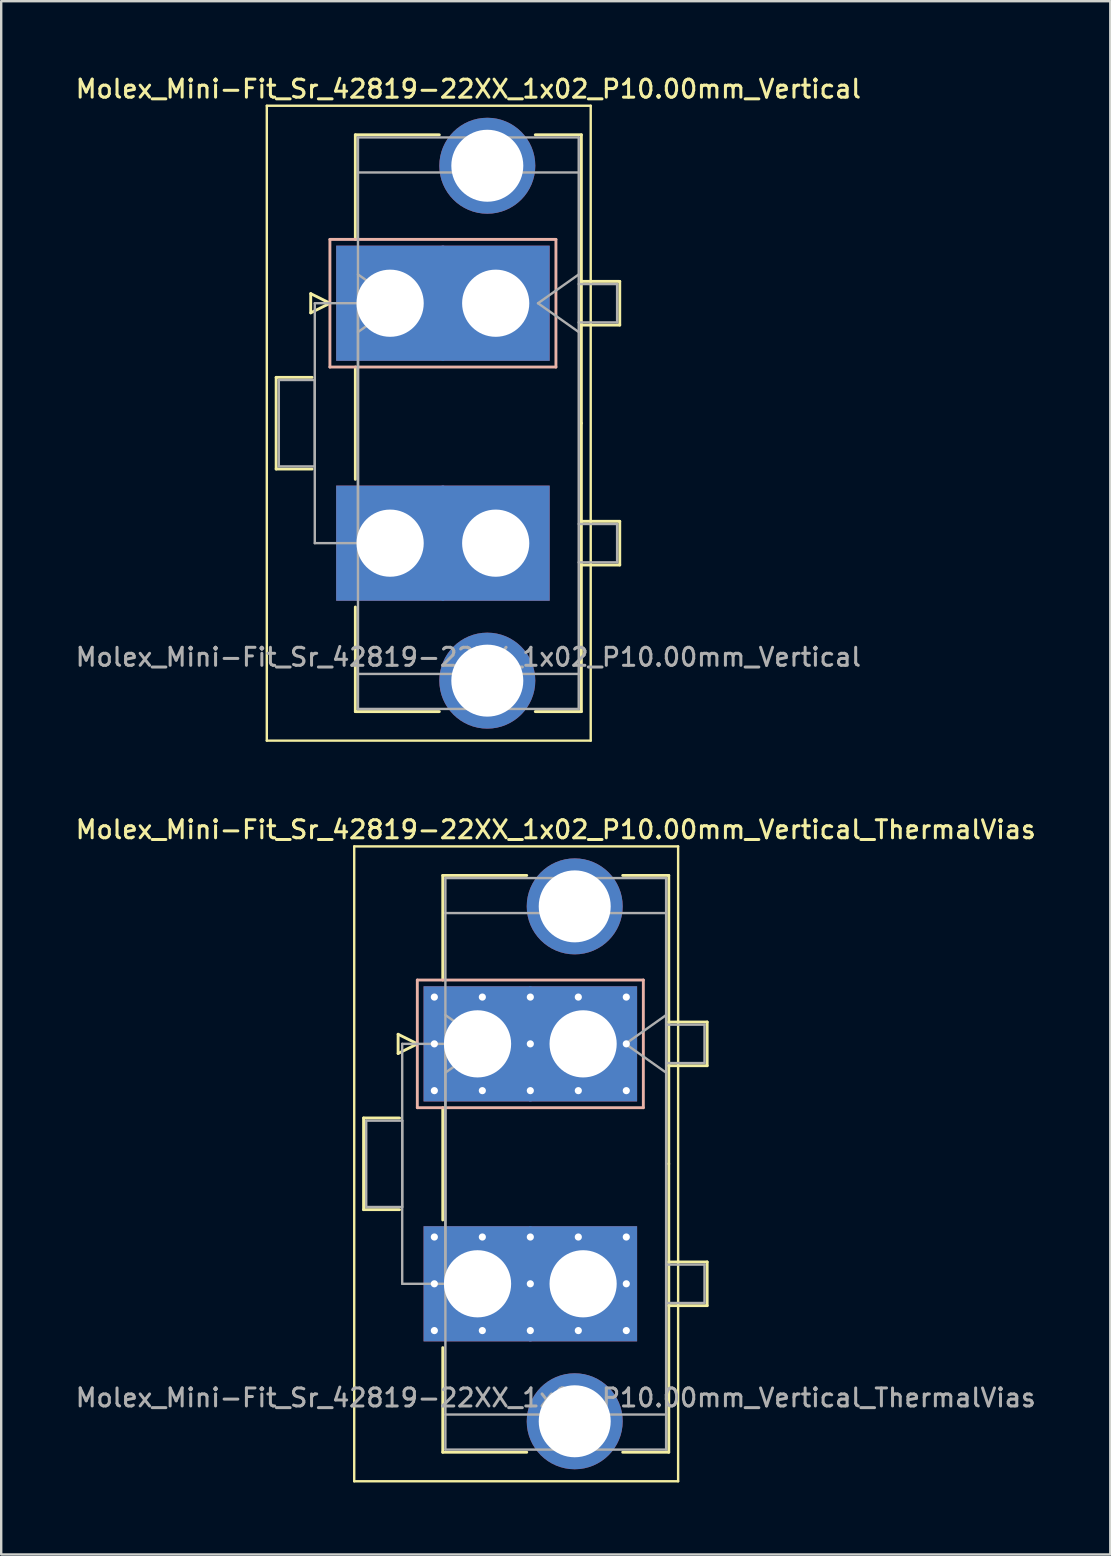
<source format=kicad_pcb>
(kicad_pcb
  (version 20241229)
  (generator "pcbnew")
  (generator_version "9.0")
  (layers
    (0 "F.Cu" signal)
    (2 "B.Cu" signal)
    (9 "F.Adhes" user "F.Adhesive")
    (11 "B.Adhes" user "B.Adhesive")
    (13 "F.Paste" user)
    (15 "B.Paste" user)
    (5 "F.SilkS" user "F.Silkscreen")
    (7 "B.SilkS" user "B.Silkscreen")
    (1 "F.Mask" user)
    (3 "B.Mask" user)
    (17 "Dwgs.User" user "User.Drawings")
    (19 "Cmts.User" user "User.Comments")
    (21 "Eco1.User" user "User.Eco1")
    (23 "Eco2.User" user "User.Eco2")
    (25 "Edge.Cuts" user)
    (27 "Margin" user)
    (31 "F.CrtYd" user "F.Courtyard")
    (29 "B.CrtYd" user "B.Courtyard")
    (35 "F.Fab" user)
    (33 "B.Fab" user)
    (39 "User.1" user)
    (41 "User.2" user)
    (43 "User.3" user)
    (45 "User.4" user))
  (footprint "Molex_Mini-Fit_Sr_42819-22XX_1x02_P10.00mm_Vertical_ThermalVias"
    (layer "F.Cu")
    (at 16.853 40.456)
    (property "Reference" "Molex_Mini-Fit_Sr_42819-22XX_1x02_P10.00mm_Vertical_ThermalVias" (at 3.26 -8.93 0) (layer "F.SilkS") (effects (font (size 0.75 0.75) (thickness 0.125))))
    (attr through_hole)
    (fp_line (start -5.14 -8.23) (end -5.14 18.23) (stroke (width 0.1) (type solid)) (layer "F.SilkS"))
    (fp_line (start -5.14 18.23) (end 8.36 18.23) (stroke (width 0.1) (type solid)) (layer "F.SilkS"))
    (fp_line (start -4.75 3.09) (end -4.75 6.91) (stroke (width 0.12) (type solid)) (layer "F.SilkS"))
    (fp_line (start -4.75 6.91) (end -3.25 6.91) (stroke (width 0.12) (type solid)) (layer "F.SilkS"))
    (fp_line (start -3.31 -0.4) (end -3.31 0.4) (stroke (width 0.12) (type solid)) (layer "F.SilkS"))
    (fp_line (start -3.31 0.4) (end -2.51 0) (stroke (width 0.12) (type solid)) (layer "F.SilkS"))
    (fp_line (start -3.25 3.09) (end -4.75 3.09) (stroke (width 0.12) (type solid)) (layer "F.SilkS"))
    (fp_line (start -2.51 0) (end -3.31 -0.4) (stroke (width 0.12) (type solid)) (layer "F.SilkS"))
    (fp_line (start -1.45 -7.02) (end 2.05 -7.02) (stroke (width 0.12) (type solid)) (layer "F.SilkS"))
    (fp_line (start -1.45 -2.66) (end -1.45 -7.02) (stroke (width 0.12) (type solid)) (layer "F.SilkS"))
    (fp_line (start -1.45 2.66) (end -1.45 7.34) (stroke (width 0.12) (type solid)) (layer "F.SilkS"))
    (fp_line (start -1.45 12.66) (end -1.45 17.02) (stroke (width 0.12) (type solid)) (layer "F.SilkS"))
    (fp_line (start -1.45 17.02) (end 2.05 17.02) (stroke (width 0.12) (type solid)) (layer "F.SilkS"))
    (fp_line (start 6.05 -7.02) (end 7.97 -7.02) (stroke (width 0.12) (type solid)) (layer "F.SilkS"))
    (fp_line (start 6.05 17.02) (end 7.97 17.02) (stroke (width 0.12) (type solid)) (layer "F.SilkS"))
    (fp_line (start 7.97 -7.02) (end 7.97 5) (stroke (width 0.12) (type solid)) (layer "F.SilkS"))
    (fp_line (start 7.97 -0.91) (end 9.57 -0.91) (stroke (width 0.12) (type solid)) (layer "F.SilkS"))
    (fp_line (start 7.97 9.09) (end 9.57 9.09) (stroke (width 0.12) (type solid)) (layer "F.SilkS"))
    (fp_line (start 7.97 17.02) (end 7.97 5) (stroke (width 0.12) (type solid)) (layer "F.SilkS"))
    (fp_line (start 8.36 -8.23) (end -5.14 -8.23) (stroke (width 0.1) (type solid)) (layer "F.SilkS"))
    (fp_line (start 8.36 18.23) (end 8.36 -8.23) (stroke (width 0.1) (type solid)) (layer "F.SilkS"))
    (fp_line (start 9.57 -0.91) (end 9.57 0.91) (stroke (width 0.12) (type solid)) (layer "F.SilkS"))
    (fp_line (start 9.57 0.91) (end 7.97 0.91) (stroke (width 0.12) (type solid)) (layer "F.SilkS"))
    (fp_line (start 9.57 9.09) (end 9.57 10.91) (stroke (width 0.12) (type solid)) (layer "F.SilkS"))
    (fp_line (start 9.57 10.91) (end 7.97 10.91) (stroke (width 0.12) (type solid)) (layer "F.SilkS"))
    (fp_line (start -2.51 -2.66) (end -2.51 2.66) (stroke (width 0.12) (type solid)) (layer "B.SilkS"))
    (fp_line (start -2.51 2.66) (end 6.91 2.66) (stroke (width 0.12) (type solid)) (layer "B.SilkS"))
    (fp_line (start 6.91 -2.66) (end -2.51 -2.66) (stroke (width 0.12) (type solid)) (layer "B.SilkS"))
    (fp_line (start 6.91 2.66) (end 6.91 -2.66) (stroke (width 0.12) (type solid)) (layer "B.SilkS"))
    (fp_line (start -4.64 3.2) (end -3.14 3.2) (stroke (width 0.1) (type solid)) (layer "F.Fab"))
    (fp_line (start -4.64 6.8) (end -4.64 3.2) (stroke (width 0.1) (type solid)) (layer "F.Fab"))
    (fp_line (start -3.14 0) (end -1.34 0) (stroke (width 0.1) (type solid)) (layer "F.Fab"))
    (fp_line (start -3.14 3.2) (end -3.14 6.8) (stroke (width 0.1) (type solid)) (layer "F.Fab"))
    (fp_line (start -3.14 6.8) (end -4.64 6.8) (stroke (width 0.1) (type solid)) (layer "F.Fab"))
    (fp_line (start -3.14 10) (end -3.14 0) (stroke (width 0.1) (type solid)) (layer "F.Fab"))
    (fp_line (start -1.34 -6.91) (end -1.34 16.91) (stroke (width 0.1) (type solid)) (layer "F.Fab"))
    (fp_line (start -1.34 -5.45) (end 7.86 -5.45) (stroke (width 0.1) (type solid)) (layer "F.Fab"))
    (fp_line (start -1.34 -1.2) (end 0.357 0) (stroke (width 0.1) (type solid)) (layer "F.Fab"))
    (fp_line (start -1.34 0) (end -1.34 10) (stroke (width 0.1) (type solid)) (layer "F.Fab"))
    (fp_line (start -1.34 10) (end -3.14 10) (stroke (width 0.1) (type solid)) (layer "F.Fab"))
    (fp_line (start -1.34 15.45) (end 7.86 15.45) (stroke (width 0.1) (type solid)) (layer "F.Fab"))
    (fp_line (start -1.34 16.91) (end 7.86 16.91) (stroke (width 0.1) (type solid)) (layer "F.Fab"))
    (fp_line (start 0.357 0) (end -1.34 1.2) (stroke (width 0.1) (type solid)) (layer "F.Fab"))
    (fp_line (start 6.163 0) (end 7.86 1.2) (stroke (width 0.1) (type solid)) (layer "F.Fab"))
    (fp_line (start 7.86 -6.91) (end -1.34 -6.91) (stroke (width 0.1) (type solid)) (layer "F.Fab"))
    (fp_line (start 7.86 -1.2) (end 6.163 0) (stroke (width 0.1) (type solid)) (layer "F.Fab"))
    (fp_line (start 7.86 -0.8) (end 9.46 -0.8) (stroke (width 0.1) (type solid)) (layer "F.Fab"))
    (fp_line (start 7.86 9.2) (end 9.46 9.2) (stroke (width 0.1) (type solid)) (layer "F.Fab"))
    (fp_line (start 7.86 16.91) (end 7.86 -6.91) (stroke (width 0.1) (type solid)) (layer "F.Fab"))
    (fp_line (start 9.46 -0.8) (end 9.46 0.8) (stroke (width 0.1) (type solid)) (layer "F.Fab"))
    (fp_line (start 9.46 0.8) (end 7.86 0.8) (stroke (width 0.1) (type solid)) (layer "F.Fab"))
    (fp_line (start 9.46 9.2) (end 9.46 10.8) (stroke (width 0.1) (type solid)) (layer "F.Fab"))
    (fp_line (start 9.46 10.8) (end 7.86 10.8) (stroke (width 0.1) (type solid)) (layer "F.Fab"))
    (fp_text user "${REFERENCE}" (at 3.26 14.75 0) (layer "F.Fab") (effects (font (size 0.75 0.75) (thickness 0.125))))
    (pad "" thru_hole circle (at 4.05 -5.73) (size 4 4) (drill 3) (layers "*.Cu" "*.Mask"))
    (pad "" thru_hole circle (at 4.05 15.73) (size 4 4) (drill 3) (layers "*.Cu" "*.Mask"))
    (pad "1" thru_hole roundrect (at -1.8 -1.95) (size 0.6 0.6) (drill 0.3) (layers "*.Cu" "*.Mask") (roundrect_rratio 0.25))
    (pad "1" thru_hole roundrect (at -1.8 0) (size 0.6 0.6) (drill 0.3) (layers "*.Cu" "*.Mask") (roundrect_rratio 0.25))
    (pad "1" thru_hole roundrect (at -1.8 1.95) (size 0.6 0.6) (drill 0.3) (layers "*.Cu" "*.Mask") (roundrect_rratio 0.25))
    (pad "1" thru_hole rect (at 0 0) (size 4.5 4.8) (drill 2.8) (layers "*.Cu" "*.Mask"))
    (pad "1" thru_hole roundrect (at 0.2 -1.95) (size 0.6 0.6) (drill 0.3) (layers "*.Cu" "*.Mask") (roundrect_rratio 0.25))
    (pad "1" thru_hole roundrect (at 0.2 1.95) (size 0.6 0.6) (drill 0.3) (layers "*.Cu" "*.Mask") (roundrect_rratio 0.25))
    (pad "1" thru_hole roundrect (at 2.2 -1.95) (size 0.6 0.6) (drill 0.3) (layers "*.Cu" "*.Mask") (roundrect_rratio 0.25))
    (pad "1" thru_hole roundrect (at 2.2 0) (size 0.6 0.6) (drill 0.3) (layers "*.Cu" "*.Mask") (roundrect_rratio 0.25))
    (pad "1" thru_hole roundrect (at 2.2 1.95) (size 0.6 0.6) (drill 0.3) (layers "*.Cu" "*.Mask") (roundrect_rratio 0.25))
    (pad "1" thru_hole roundrect (at 4.2 -1.95) (size 0.6 0.6) (drill 0.3) (layers "*.Cu" "*.Mask") (roundrect_rratio 0.25))
    (pad "1" thru_hole roundrect (at 4.2 1.95) (size 0.6 0.6) (drill 0.3) (layers "*.Cu" "*.Mask") (roundrect_rratio 0.25))
    (pad "1" thru_hole rect (at 4.4 0) (size 4.5 4.8) (drill 2.8) (layers "*.Cu" "*.Mask"))
    (pad "1" thru_hole roundrect (at 6.2 -1.95) (size 0.6 0.6) (drill 0.3) (layers "*.Cu" "*.Mask") (roundrect_rratio 0.25))
    (pad "1" thru_hole roundrect (at 6.2 0) (size 0.6 0.6) (drill 0.3) (layers "*.Cu" "*.Mask") (roundrect_rratio 0.25))
    (pad "1" thru_hole roundrect (at 6.2 1.95) (size 0.6 0.6) (drill 0.3) (layers "*.Cu" "*.Mask") (roundrect_rratio 0.25))
    (pad "2" thru_hole circle (at -1.8 8.05) (size 0.6 0.6) (drill 0.3) (layers "*.Cu" "*.Mask"))
    (pad "2" thru_hole circle (at -1.8 10) (size 0.6 0.6) (drill 0.3) (layers "*.Cu" "*.Mask"))
    (pad "2" thru_hole circle (at -1.8 11.95) (size 0.6 0.6) (drill 0.3) (layers "*.Cu" "*.Mask"))
    (pad "2" thru_hole rect (at 0 10) (size 4.5 4.8) (drill 2.8) (layers "*.Cu" "*.Mask"))
    (pad "2" thru_hole circle (at 0.2 8.05) (size 0.6 0.6) (drill 0.3) (layers "*.Cu" "*.Mask"))
    (pad "2" thru_hole circle (at 0.2 11.95) (size 0.6 0.6) (drill 0.3) (layers "*.Cu" "*.Mask"))
    (pad "2" thru_hole circle (at 2.2 8.05) (size 0.6 0.6) (drill 0.3) (layers "*.Cu" "*.Mask"))
    (pad "2" thru_hole circle (at 2.2 10) (size 0.6 0.6) (drill 0.3) (layers "*.Cu" "*.Mask"))
    (pad "2" thru_hole circle (at 2.2 11.95) (size 0.6 0.6) (drill 0.3) (layers "*.Cu" "*.Mask"))
    (pad "2" thru_hole circle (at 4.2 8.05) (size 0.6 0.6) (drill 0.3) (layers "*.Cu" "*.Mask"))
    (pad "2" thru_hole circle (at 4.2 11.95) (size 0.6 0.6) (drill 0.3) (layers "*.Cu" "*.Mask"))
    (pad "2" thru_hole rect (at 4.4 10) (size 4.5 4.8) (drill 2.8) (layers "*.Cu" "*.Mask"))
    (pad "2" thru_hole circle (at 6.2 8.05) (size 0.6 0.6) (drill 0.3) (layers "*.Cu" "*.Mask"))
    (pad "2" thru_hole circle (at 6.2 10) (size 0.6 0.6) (drill 0.3) (layers "*.Cu" "*.Mask"))
    (pad "2" thru_hole circle (at 6.2 11.95) (size 0.6 0.6) (drill 0.3) (layers "*.Cu" "*.Mask")))
  (footprint "Molex_Mini-Fit_Sr_42819-22XX_1x02_P10.00mm_Vertical"
    (layer "F.Cu")
    (at 13.21 9.588)
    (property "Reference" "Molex_Mini-Fit_Sr_42819-22XX_1x02_P10.00mm_Vertical" (at 3.26 -8.93 0) (layer "F.SilkS") (effects (font (size 0.75 0.75) (thickness 0.125))))
    (attr through_hole)
    (fp_line (start -5.14 -8.23) (end -5.14 18.23) (stroke (width 0.1) (type solid)) (layer "F.SilkS"))
    (fp_line (start -5.14 18.23) (end 8.36 18.23) (stroke (width 0.1) (type solid)) (layer "F.SilkS"))
    (fp_line (start -4.75 3.09) (end -4.75 6.91) (stroke (width 0.12) (type solid)) (layer "F.SilkS"))
    (fp_line (start -4.75 6.91) (end -3.25 6.91) (stroke (width 0.12) (type solid)) (layer "F.SilkS"))
    (fp_line (start -3.31 -0.4) (end -3.31 0.4) (stroke (width 0.12) (type solid)) (layer "F.SilkS"))
    (fp_line (start -3.31 0.4) (end -2.51 0) (stroke (width 0.12) (type solid)) (layer "F.SilkS"))
    (fp_line (start -3.25 3.09) (end -4.75 3.09) (stroke (width 0.12) (type solid)) (layer "F.SilkS"))
    (fp_line (start -2.51 0) (end -3.31 -0.4) (stroke (width 0.12) (type solid)) (layer "F.SilkS"))
    (fp_line (start -1.45 -7.02) (end 2.05 -7.02) (stroke (width 0.12) (type solid)) (layer "F.SilkS"))
    (fp_line (start -1.45 -2.66) (end -1.45 -7.02) (stroke (width 0.12) (type solid)) (layer "F.SilkS"))
    (fp_line (start -1.45 2.66) (end -1.45 7.34) (stroke (width 0.12) (type solid)) (layer "F.SilkS"))
    (fp_line (start -1.45 12.66) (end -1.45 17.02) (stroke (width 0.12) (type solid)) (layer "F.SilkS"))
    (fp_line (start -1.45 17.02) (end 2.05 17.02) (stroke (width 0.12) (type solid)) (layer "F.SilkS"))
    (fp_line (start 6.05 -7.02) (end 7.97 -7.02) (stroke (width 0.12) (type solid)) (layer "F.SilkS"))
    (fp_line (start 6.05 17.02) (end 7.97 17.02) (stroke (width 0.12) (type solid)) (layer "F.SilkS"))
    (fp_line (start 7.97 -7.02) (end 7.97 5) (stroke (width 0.12) (type solid)) (layer "F.SilkS"))
    (fp_line (start 7.97 -0.91) (end 9.57 -0.91) (stroke (width 0.12) (type solid)) (layer "F.SilkS"))
    (fp_line (start 7.97 9.09) (end 9.57 9.09) (stroke (width 0.12) (type solid)) (layer "F.SilkS"))
    (fp_line (start 7.97 17.02) (end 7.97 5) (stroke (width 0.12) (type solid)) (layer "F.SilkS"))
    (fp_line (start 8.36 -8.23) (end -5.14 -8.23) (stroke (width 0.1) (type solid)) (layer "F.SilkS"))
    (fp_line (start 8.36 18.23) (end 8.36 -8.23) (stroke (width 0.1) (type solid)) (layer "F.SilkS"))
    (fp_line (start 9.57 -0.91) (end 9.57 0.91) (stroke (width 0.12) (type solid)) (layer "F.SilkS"))
    (fp_line (start 9.57 0.91) (end 7.97 0.91) (stroke (width 0.12) (type solid)) (layer "F.SilkS"))
    (fp_line (start 9.57 9.09) (end 9.57 10.91) (stroke (width 0.12) (type solid)) (layer "F.SilkS"))
    (fp_line (start 9.57 10.91) (end 7.97 10.91) (stroke (width 0.12) (type solid)) (layer "F.SilkS"))
    (fp_line (start -2.51 -2.66) (end -2.51 2.66) (stroke (width 0.12) (type solid)) (layer "B.SilkS"))
    (fp_line (start -2.51 2.66) (end 6.91 2.66) (stroke (width 0.12) (type solid)) (layer "B.SilkS"))
    (fp_line (start 6.91 -2.66) (end -2.51 -2.66) (stroke (width 0.12) (type solid)) (layer "B.SilkS"))
    (fp_line (start 6.91 2.66) (end 6.91 -2.66) (stroke (width 0.12) (type solid)) (layer "B.SilkS"))
    (fp_line (start -4.64 3.2) (end -3.14 3.2) (stroke (width 0.1) (type solid)) (layer "F.Fab"))
    (fp_line (start -4.64 6.8) (end -4.64 3.2) (stroke (width 0.1) (type solid)) (layer "F.Fab"))
    (fp_line (start -3.14 0) (end -1.34 0) (stroke (width 0.1) (type solid)) (layer "F.Fab"))
    (fp_line (start -3.14 3.2) (end -3.14 6.8) (stroke (width 0.1) (type solid)) (layer "F.Fab"))
    (fp_line (start -3.14 6.8) (end -4.64 6.8) (stroke (width 0.1) (type solid)) (layer "F.Fab"))
    (fp_line (start -3.14 10) (end -3.14 0) (stroke (width 0.1) (type solid)) (layer "F.Fab"))
    (fp_line (start -1.34 -6.91) (end -1.34 16.91) (stroke (width 0.1) (type solid)) (layer "F.Fab"))
    (fp_line (start -1.34 -5.45) (end 7.86 -5.45) (stroke (width 0.1) (type solid)) (layer "F.Fab"))
    (fp_line (start -1.34 -1.2) (end 0.357 0) (stroke (width 0.1) (type solid)) (layer "F.Fab"))
    (fp_line (start -1.34 0) (end -1.34 10) (stroke (width 0.1) (type solid)) (layer "F.Fab"))
    (fp_line (start -1.34 10) (end -3.14 10) (stroke (width 0.1) (type solid)) (layer "F.Fab"))
    (fp_line (start -1.34 15.45) (end 7.86 15.45) (stroke (width 0.1) (type solid)) (layer "F.Fab"))
    (fp_line (start -1.34 16.91) (end 7.86 16.91) (stroke (width 0.1) (type solid)) (layer "F.Fab"))
    (fp_line (start 0.357 0) (end -1.34 1.2) (stroke (width 0.1) (type solid)) (layer "F.Fab"))
    (fp_line (start 6.163 0) (end 7.86 1.2) (stroke (width 0.1) (type solid)) (layer "F.Fab"))
    (fp_line (start 7.86 -6.91) (end -1.34 -6.91) (stroke (width 0.1) (type solid)) (layer "F.Fab"))
    (fp_line (start 7.86 -1.2) (end 6.163 0) (stroke (width 0.1) (type solid)) (layer "F.Fab"))
    (fp_line (start 7.86 -0.8) (end 9.46 -0.8) (stroke (width 0.1) (type solid)) (layer "F.Fab"))
    (fp_line (start 7.86 9.2) (end 9.46 9.2) (stroke (width 0.1) (type solid)) (layer "F.Fab"))
    (fp_line (start 7.86 16.91) (end 7.86 -6.91) (stroke (width 0.1) (type solid)) (layer "F.Fab"))
    (fp_line (start 9.46 -0.8) (end 9.46 0.8) (stroke (width 0.1) (type solid)) (layer "F.Fab"))
    (fp_line (start 9.46 0.8) (end 7.86 0.8) (stroke (width 0.1) (type solid)) (layer "F.Fab"))
    (fp_line (start 9.46 9.2) (end 9.46 10.8) (stroke (width 0.1) (type solid)) (layer "F.Fab"))
    (fp_line (start 9.46 10.8) (end 7.86 10.8) (stroke (width 0.1) (type solid)) (layer "F.Fab"))
    (fp_text user "${REFERENCE}" (at 3.26 14.75 0) (layer "F.Fab") (effects (font (size 0.75 0.75) (thickness 0.125))))
    (pad "" thru_hole circle (at 4.05 -5.73) (size 4 4) (drill 3) (layers "*.Cu" "*.Mask"))
    (pad "" thru_hole circle (at 4.05 15.73) (size 4 4) (drill 3) (layers "*.Cu" "*.Mask"))
    (pad "1" thru_hole rect (at 0 0) (size 4.5 4.8) (drill 2.8) (layers "*.Cu" "*.Mask"))
    (pad "1" thru_hole rect (at 4.4 0) (size 4.5 4.8) (drill 2.8) (layers "*.Cu" "*.Mask"))
    (pad "2" thru_hole rect (at 0 10) (size 4.5 4.8) (drill 2.8) (layers "*.Cu" "*.Mask"))
    (pad "2" thru_hole rect (at 4.4 10) (size 4.5 4.8) (drill 2.8) (layers "*.Cu" "*.Mask")))
  (gr_rect
    (start -3 -3)
    (end 43.225 61.736)
    (stroke (width 0.1) (type default))
    (fill no)
    (layer "Edge.Cuts")))
</source>
